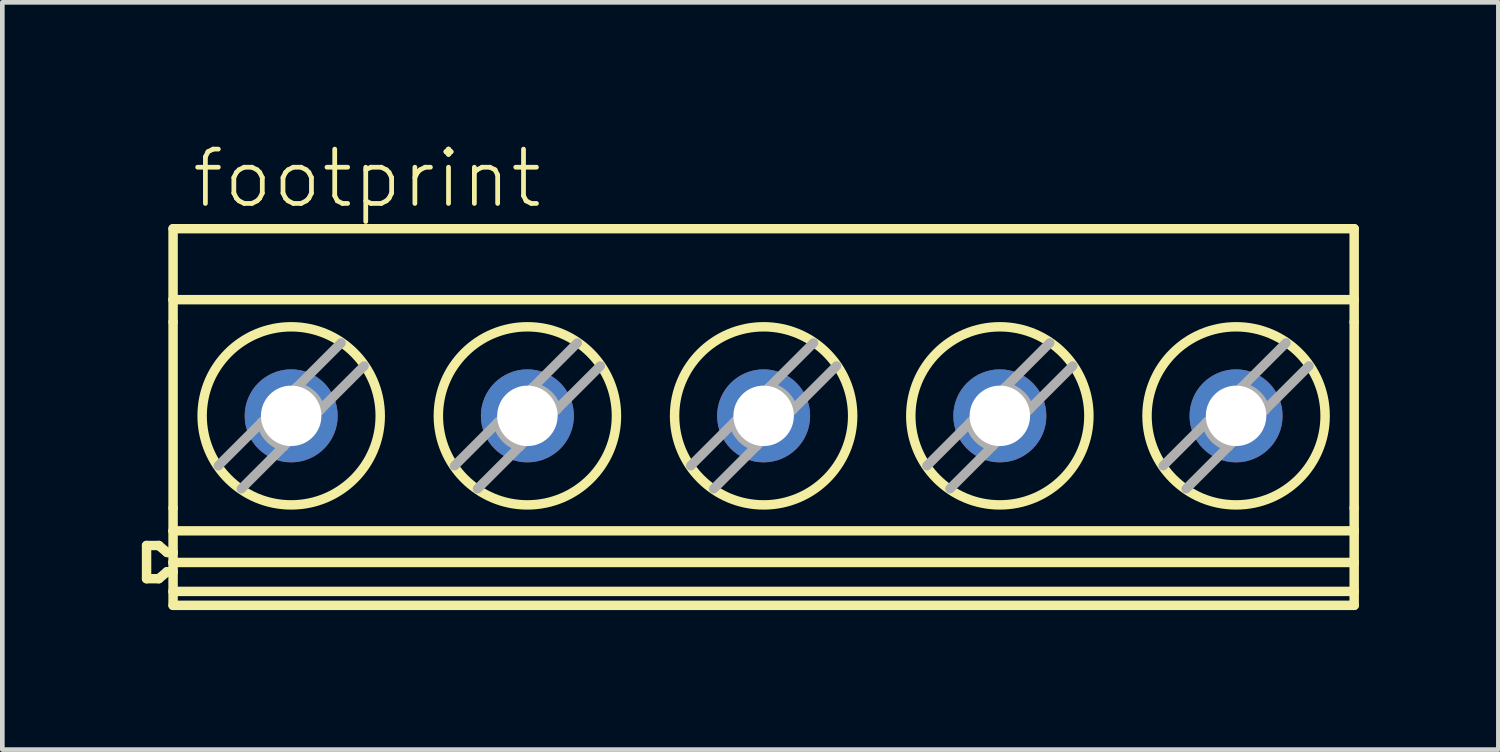
<source format=kicad_pcb>
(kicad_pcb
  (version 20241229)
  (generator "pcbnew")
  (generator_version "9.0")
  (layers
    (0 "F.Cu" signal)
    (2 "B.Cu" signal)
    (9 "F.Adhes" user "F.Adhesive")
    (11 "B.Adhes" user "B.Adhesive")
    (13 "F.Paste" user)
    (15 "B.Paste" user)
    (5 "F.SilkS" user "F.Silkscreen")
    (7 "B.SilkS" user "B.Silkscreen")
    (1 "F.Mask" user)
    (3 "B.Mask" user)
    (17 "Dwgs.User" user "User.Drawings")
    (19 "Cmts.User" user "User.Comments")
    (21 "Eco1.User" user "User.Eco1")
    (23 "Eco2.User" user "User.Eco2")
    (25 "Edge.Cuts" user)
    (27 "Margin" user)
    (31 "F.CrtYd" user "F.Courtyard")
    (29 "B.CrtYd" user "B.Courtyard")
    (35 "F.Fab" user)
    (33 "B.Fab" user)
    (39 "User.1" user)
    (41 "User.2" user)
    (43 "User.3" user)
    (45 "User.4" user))
  (footprint "footprint"
    (layer "F.Cu")
    (at 13.393 5.918)
    (property "Reference" "footprint" (at -12.371 -4.445 0) (layer "F.SilkS") (effects (font (size 1.168 1.168) (thickness 0.102)) (justify left bottom)))
    (fp_line (start -13.291 2.763) (end -13.291 3.477) (stroke (width 0.203) (type solid)) (layer "F.SilkS"))
    (fp_line (start -13.291 2.763) (end -13.028 2.763) (stroke (width 0.203) (type solid)) (layer "F.SilkS"))
    (fp_line (start -13.291 3.477) (end -13.028 3.477) (stroke (width 0.203) (type solid)) (layer "F.SilkS"))
    (fp_line (start -13.028 2.763) (end -12.85 2.913) (stroke (width 0.203) (type solid)) (layer "F.SilkS"))
    (fp_line (start -12.85 2.913) (end -12.721 2.913) (stroke (width 0.203) (type solid)) (layer "F.SilkS"))
    (fp_line (start -12.85 3.327) (end -13.028 3.477) (stroke (width 0.203) (type solid)) (layer "F.SilkS"))
    (fp_line (start -12.721 -4.05) (end 12.679 -4.05) (stroke (width 0.203) (type solid)) (layer "F.SilkS"))
    (fp_line (start -12.721 -2.524) (end -12.721 -4.05) (stroke (width 0.203) (type solid)) (layer "F.SilkS"))
    (fp_line (start -12.721 -2.524) (end -12.721 -2.041) (stroke (width 0.203) (type solid)) (layer "F.SilkS"))
    (fp_line (start -12.721 -2.524) (end 12.679 -2.524) (stroke (width 0.203) (type solid)) (layer "F.SilkS"))
    (fp_line (start -12.721 1.956) (end -12.721 -2.041) (stroke (width 0.203) (type solid)) (layer "F.SilkS"))
    (fp_line (start -12.721 1.956) (end -12.721 2.448) (stroke (width 0.203) (type solid)) (layer "F.SilkS"))
    (fp_line (start -12.721 2.913) (end -12.721 2.448) (stroke (width 0.203) (type solid)) (layer "F.SilkS"))
    (fp_line (start -12.721 3.128) (end -12.721 2.913) (stroke (width 0.203) (type solid)) (layer "F.SilkS"))
    (fp_line (start -12.721 3.128) (end 12.679 3.128) (stroke (width 0.203) (type solid)) (layer "F.SilkS"))
    (fp_line (start -12.721 3.327) (end -12.85 3.327) (stroke (width 0.203) (type solid)) (layer "F.SilkS"))
    (fp_line (start -12.721 3.327) (end -12.721 3.128) (stroke (width 0.203) (type solid)) (layer "F.SilkS"))
    (fp_line (start -12.721 3.75) (end -12.721 3.327) (stroke (width 0.203) (type solid)) (layer "F.SilkS"))
    (fp_line (start -12.721 3.75) (end -12.721 4.05) (stroke (width 0.203) (type solid)) (layer "F.SilkS"))
    (fp_line (start -12.721 4.05) (end 12.679 4.05) (stroke (width 0.203) (type solid)) (layer "F.SilkS"))
    (fp_line (start 12.679 -2.524) (end 12.679 -4.05) (stroke (width 0.203) (type solid)) (layer "F.SilkS"))
    (fp_line (start 12.679 -2.524) (end 12.679 -2.041) (stroke (width 0.203) (type solid)) (layer "F.SilkS"))
    (fp_line (start 12.679 1.956) (end 12.679 -2.041) (stroke (width 0.203) (type solid)) (layer "F.SilkS"))
    (fp_line (start 12.679 1.956) (end 12.679 2.448) (stroke (width 0.203) (type solid)) (layer "F.SilkS"))
    (fp_line (start 12.679 2.448) (end -12.721 2.448) (stroke (width 0.203) (type solid)) (layer "F.SilkS"))
    (fp_line (start 12.679 3.128) (end 12.679 2.448) (stroke (width 0.203) (type solid)) (layer "F.SilkS"))
    (fp_line (start 12.679 3.75) (end -12.721 3.75) (stroke (width 0.203) (type solid)) (layer "F.SilkS"))
    (fp_line (start 12.679 3.75) (end 12.679 3.128) (stroke (width 0.203) (type solid)) (layer "F.SilkS"))
    (fp_line (start 12.679 3.75) (end 12.679 4.05) (stroke (width 0.203) (type solid)) (layer "F.SilkS"))
    (fp_circle (center -10.181 -0.025) (end -8.266 -0.025) (stroke (width 0.203) (type solid)) (fill no) (layer "F.SilkS"))
    (fp_circle (center -5.101 -0.025) (end -3.186 -0.025) (stroke (width 0.203) (type solid)) (fill no) (layer "F.SilkS"))
    (fp_circle (center -0.021 -0.025) (end 1.894 -0.025) (stroke (width 0.203) (type solid)) (fill no) (layer "F.SilkS"))
    (fp_circle (center 5.059 -0.025) (end 6.974 -0.025) (stroke (width 0.203) (type solid)) (fill no) (layer "F.SilkS"))
    (fp_circle (center 10.139 -0.025) (end 12.054 -0.025) (stroke (width 0.203) (type solid)) (fill no) (layer "F.SilkS"))
    (fp_line (start -11.749 1.048) (end -10.82 0.119) (stroke (width 0.203) (type solid)) (layer "F.Fab"))
    (fp_line (start -10.82 0.119) (end -10.181 -0.52) (stroke (width 0.203) (type solid)) (layer "F.Fab"))
    (fp_line (start -10.341 0.63) (end -11.254 1.543) (stroke (width 0.203) (type solid)) (layer "F.Fab"))
    (fp_line (start -10.181 -0.52) (end -10.062 -0.639) (stroke (width 0.203) (type solid)) (layer "F.Fab"))
    (fp_line (start -10.181 0.47) (end -10.341 0.63) (stroke (width 0.203) (type solid)) (layer "F.Fab"))
    (fp_line (start -10.062 -0.639) (end -9.108 -1.593) (stroke (width 0.203) (type solid)) (layer "F.Fab"))
    (fp_line (start -9.551 -0.16) (end -10.181 0.47) (stroke (width 0.203) (type solid)) (layer "F.Fab"))
    (fp_line (start -8.613 -1.098) (end -9.551 -0.16) (stroke (width 0.203) (type solid)) (layer "F.Fab"))
    (fp_line (start -6.669 1.048) (end -5.74 0.119) (stroke (width 0.203) (type solid)) (layer "F.Fab"))
    (fp_line (start -5.74 0.119) (end -5.101 -0.52) (stroke (width 0.203) (type solid)) (layer "F.Fab"))
    (fp_line (start -5.261 0.63) (end -6.174 1.543) (stroke (width 0.203) (type solid)) (layer "F.Fab"))
    (fp_line (start -5.101 -0.52) (end -4.982 -0.639) (stroke (width 0.203) (type solid)) (layer "F.Fab"))
    (fp_line (start -5.101 0.47) (end -5.261 0.63) (stroke (width 0.203) (type solid)) (layer "F.Fab"))
    (fp_line (start -4.982 -0.639) (end -4.028 -1.593) (stroke (width 0.203) (type solid)) (layer "F.Fab"))
    (fp_line (start -4.471 -0.16) (end -5.101 0.47) (stroke (width 0.203) (type solid)) (layer "F.Fab"))
    (fp_line (start -3.533 -1.098) (end -4.471 -0.16) (stroke (width 0.203) (type solid)) (layer "F.Fab"))
    (fp_line (start -1.589 1.048) (end -0.66 0.119) (stroke (width 0.203) (type solid)) (layer "F.Fab"))
    (fp_line (start -0.66 0.119) (end -0.021 -0.52) (stroke (width 0.203) (type solid)) (layer "F.Fab"))
    (fp_line (start -0.181 0.63) (end -1.094 1.543) (stroke (width 0.203) (type solid)) (layer "F.Fab"))
    (fp_line (start -0.021 -0.52) (end 0.098 -0.639) (stroke (width 0.203) (type solid)) (layer "F.Fab"))
    (fp_line (start -0.021 0.47) (end -0.181 0.63) (stroke (width 0.203) (type solid)) (layer "F.Fab"))
    (fp_line (start 0.098 -0.639) (end 1.052 -1.593) (stroke (width 0.203) (type solid)) (layer "F.Fab"))
    (fp_line (start 0.609 -0.16) (end -0.021 0.47) (stroke (width 0.203) (type solid)) (layer "F.Fab"))
    (fp_line (start 1.547 -1.098) (end 0.609 -0.16) (stroke (width 0.203) (type solid)) (layer "F.Fab"))
    (fp_line (start 3.491 1.048) (end 4.42 0.119) (stroke (width 0.203) (type solid)) (layer "F.Fab"))
    (fp_line (start 4.42 0.119) (end 5.059 -0.52) (stroke (width 0.203) (type solid)) (layer "F.Fab"))
    (fp_line (start 4.899 0.63) (end 3.986 1.543) (stroke (width 0.203) (type solid)) (layer "F.Fab"))
    (fp_line (start 5.059 -0.52) (end 5.178 -0.639) (stroke (width 0.203) (type solid)) (layer "F.Fab"))
    (fp_line (start 5.059 0.47) (end 4.899 0.63) (stroke (width 0.203) (type solid)) (layer "F.Fab"))
    (fp_line (start 5.178 -0.639) (end 6.132 -1.593) (stroke (width 0.203) (type solid)) (layer "F.Fab"))
    (fp_line (start 5.689 -0.16) (end 5.059 0.47) (stroke (width 0.203) (type solid)) (layer "F.Fab"))
    (fp_line (start 6.627 -1.098) (end 5.689 -0.16) (stroke (width 0.203) (type solid)) (layer "F.Fab"))
    (fp_line (start 8.571 1.048) (end 9.5 0.119) (stroke (width 0.203) (type solid)) (layer "F.Fab"))
    (fp_line (start 9.5 0.119) (end 10.139 -0.52) (stroke (width 0.203) (type solid)) (layer "F.Fab"))
    (fp_line (start 9.979 0.63) (end 9.066 1.543) (stroke (width 0.203) (type solid)) (layer "F.Fab"))
    (fp_line (start 10.139 -0.52) (end 10.258 -0.639) (stroke (width 0.203) (type solid)) (layer "F.Fab"))
    (fp_line (start 10.139 0.47) (end 9.979 0.63) (stroke (width 0.203) (type solid)) (layer "F.Fab"))
    (fp_line (start 10.258 -0.639) (end 11.212 -1.593) (stroke (width 0.203) (type solid)) (layer "F.Fab"))
    (fp_line (start 10.769 -0.16) (end 10.139 0.47) (stroke (width 0.203) (type solid)) (layer "F.Fab"))
    (fp_line (start 11.707 -1.098) (end 10.769 -0.16) (stroke (width 0.203) (type solid)) (layer "F.Fab"))
    (fp_arc (start -10.341099 0.63) (mid -10.655315 0.444537) (end -10.8201 0.119) (stroke (width 0.2032) (type solid)) (layer "F.Fab"))
    (fp_arc (start -10.0621 -0.639) (mid -9.736563 -0.474216) (end -9.5511 -0.16) (stroke (width 0.2032) (type solid)) (layer "F.Fab"))
    (fp_arc (start -5.261099 0.63) (mid -5.575315 0.444537) (end -5.7401 0.119) (stroke (width 0.2032) (type solid)) (layer "F.Fab"))
    (fp_arc (start -4.9821 -0.639) (mid -4.656563 -0.474216) (end -4.4711 -0.16) (stroke (width 0.2032) (type solid)) (layer "F.Fab"))
    (fp_arc (start -0.181099 0.63) (mid -0.495315 0.444537) (end -0.6601 0.119) (stroke (width 0.2032) (type solid)) (layer "F.Fab"))
    (fp_arc (start 0.0979 -0.639) (mid 0.423437 -0.474216) (end 0.6089 -0.16) (stroke (width 0.2032) (type solid)) (layer "F.Fab"))
    (fp_arc (start 4.8989 0.629999) (mid 4.584684 0.444536) (end 4.4199 0.119) (stroke (width 0.2032) (type solid)) (layer "F.Fab"))
    (fp_arc (start 5.1779 -0.639001) (mid 5.503437 -0.474216) (end 5.6889 -0.16) (stroke (width 0.2032) (type solid)) (layer "F.Fab"))
    (fp_arc (start 9.9789 0.629999) (mid 9.664684 0.444536) (end 9.4999 0.119) (stroke (width 0.2032) (type solid)) (layer "F.Fab"))
    (fp_arc (start 10.2579 -0.639001) (mid 10.583437 -0.474216) (end 10.7689 -0.16) (stroke (width 0.2032) (type solid)) (layer "F.Fab"))
    (pad "1" thru_hole circle (at -10.181 -0.025) (size 2 2) (drill 1.3) (layers "*.Cu" "*.Mask"))
    (pad "2" thru_hole circle (at -5.101 -0.025) (size 2 2) (drill 1.3) (layers "*.Cu" "*.Mask"))
    (pad "3" thru_hole circle (at -0.021 -0.025) (size 2 2) (drill 1.3) (layers "*.Cu" "*.Mask"))
    (pad "4" thru_hole circle (at 5.059 -0.025) (size 2 2) (drill 1.3) (layers "*.Cu" "*.Mask"))
    (pad "5" thru_hole circle (at 10.139 -0.025) (size 2 2) (drill 1.3) (layers "*.Cu" "*.Mask")))
  (gr_rect
    (start -3 -3)
    (end 29.173 13.07)
    (stroke (width 0.1) (type default))
    (fill no)
    (layer "Edge.Cuts")))
</source>
